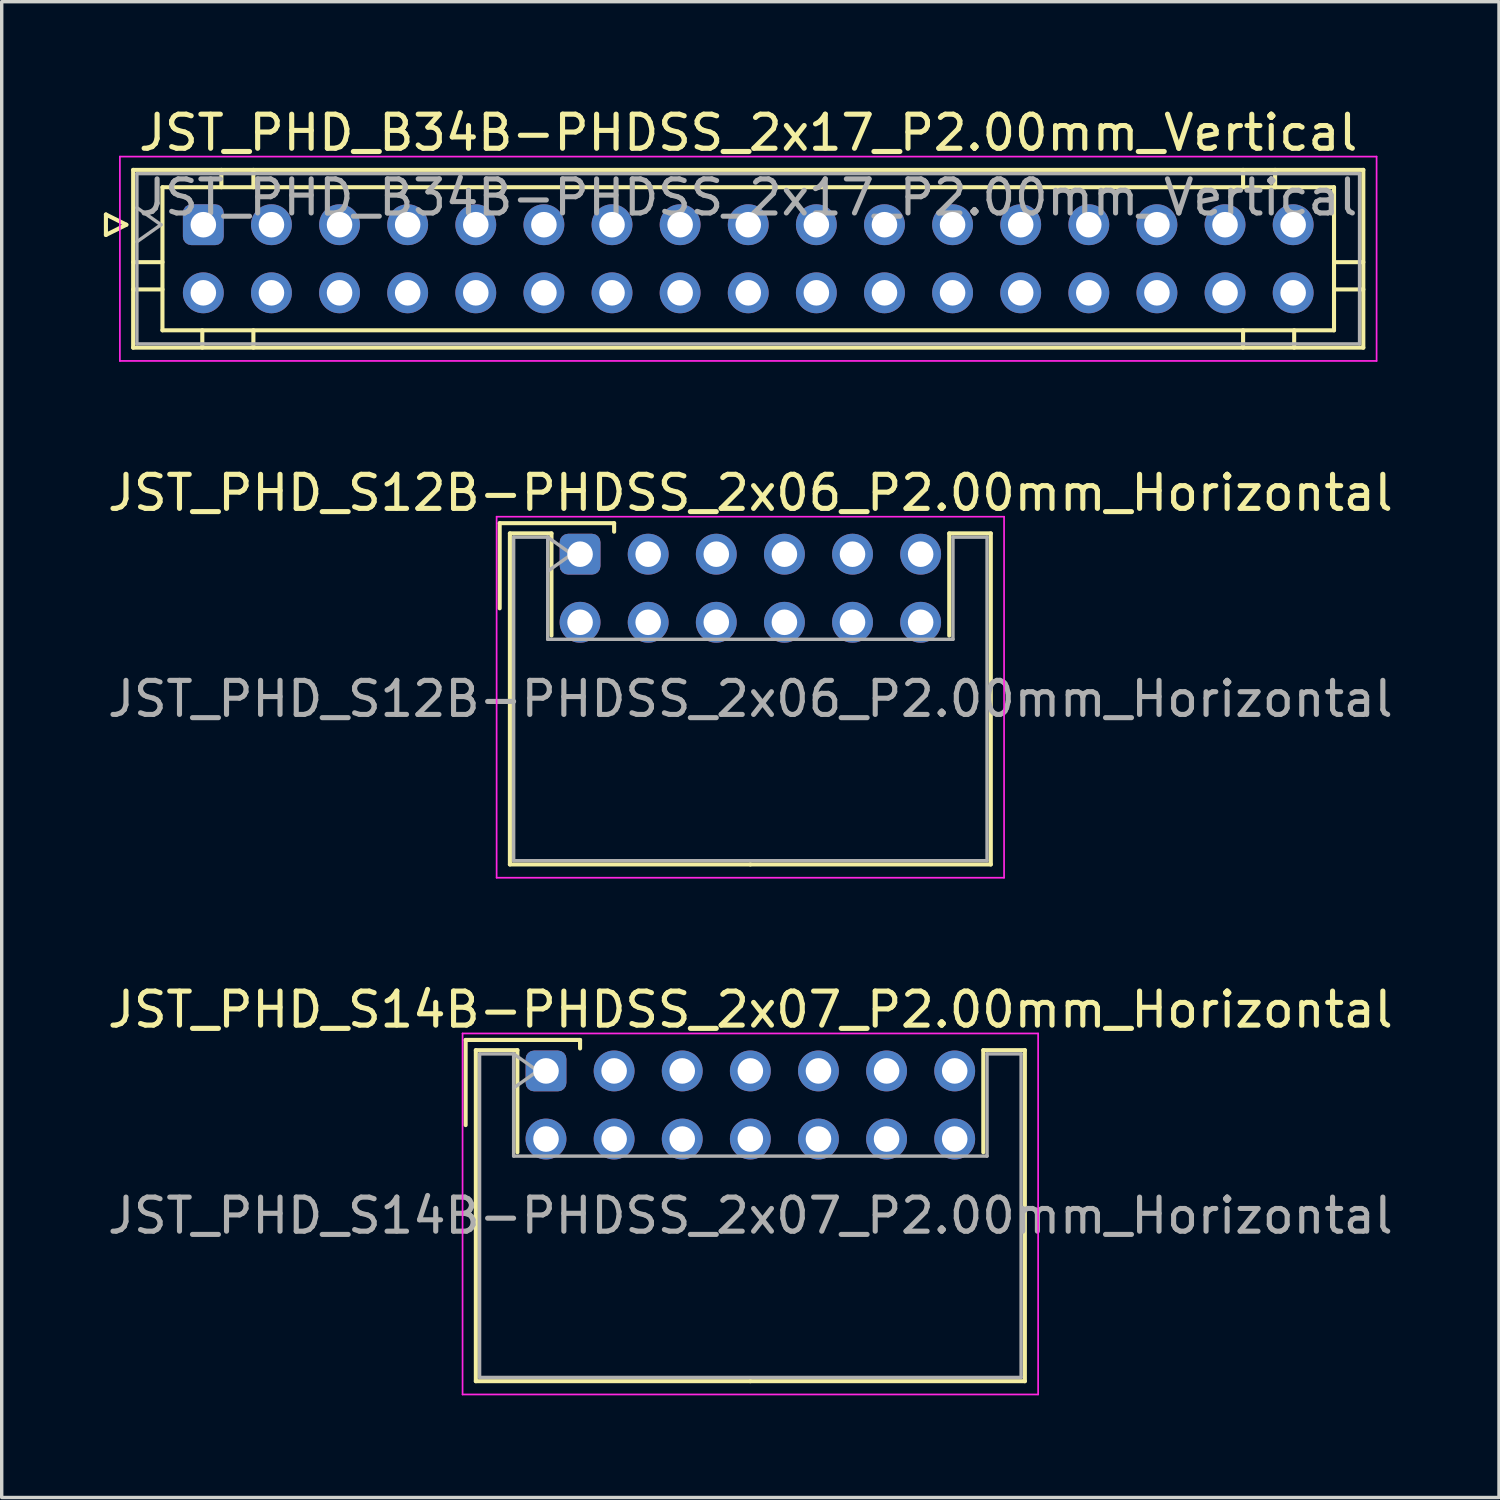
<source format=kicad_pcb>
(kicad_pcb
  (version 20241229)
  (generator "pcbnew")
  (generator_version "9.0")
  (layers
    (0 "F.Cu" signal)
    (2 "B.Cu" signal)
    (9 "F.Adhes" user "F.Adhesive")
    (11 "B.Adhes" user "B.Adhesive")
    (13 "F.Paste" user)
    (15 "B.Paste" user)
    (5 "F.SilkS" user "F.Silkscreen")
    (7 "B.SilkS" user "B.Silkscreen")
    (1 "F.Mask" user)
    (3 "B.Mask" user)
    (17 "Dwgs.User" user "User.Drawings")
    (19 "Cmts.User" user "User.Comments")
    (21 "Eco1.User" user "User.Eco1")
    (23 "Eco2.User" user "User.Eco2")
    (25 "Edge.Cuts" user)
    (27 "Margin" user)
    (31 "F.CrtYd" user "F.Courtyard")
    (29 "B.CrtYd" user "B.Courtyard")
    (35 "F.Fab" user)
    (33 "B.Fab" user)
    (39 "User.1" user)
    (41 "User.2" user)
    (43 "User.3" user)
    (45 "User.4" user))
  (footprint "JST_PHD_S12B-PHDSS_2x06_P2.00mm_Horizontal"
    (layer "F.Cu")
    (at 13.982 13.222)
    (property "Reference" "JST_PHD_S12B-PHDSS_2x06_P2.00mm_Horizontal" (at 5 -1.8 0) (layer "F.SilkS") (effects (font (size 1 1) (thickness 0.15))))
    (attr through_hole)
    (fp_line (start -2.36 -0.91) (end -2.36 1.59) (stroke (width 0.12) (type solid)) (layer "F.SilkS"))
    (fp_line (start -2.06 -0.61) (end -2.06 9.11) (stroke (width 0.12) (type solid)) (layer "F.SilkS"))
    (fp_line (start -2.06 9.11) (end 5 9.11) (stroke (width 0.12) (type solid)) (layer "F.SilkS"))
    (fp_line (start -0.84 -0.61) (end -2.06 -0.61) (stroke (width 0.12) (type solid)) (layer "F.SilkS"))
    (fp_line (start -0.84 2.39) (end -0.84 -0.61) (stroke (width 0.12) (type solid)) (layer "F.SilkS"))
    (fp_line (start 1 -0.91) (end -2.36 -0.91) (stroke (width 0.12) (type solid)) (layer "F.SilkS"))
    (fp_line (start 1 -0.66) (end 1 -0.91) (stroke (width 0.12) (type solid)) (layer "F.SilkS"))
    (fp_line (start 10.84 -0.61) (end 12.06 -0.61) (stroke (width 0.12) (type solid)) (layer "F.SilkS"))
    (fp_line (start 10.84 2.39) (end 10.84 -0.61) (stroke (width 0.12) (type solid)) (layer "F.SilkS"))
    (fp_line (start 12.06 -0.61) (end 12.06 9.11) (stroke (width 0.12) (type solid)) (layer "F.SilkS"))
    (fp_line (start 12.06 9.11) (end 5 9.11) (stroke (width 0.12) (type solid)) (layer "F.SilkS"))
    (fp_line (start -2.45 -1.1) (end -2.45 9.5) (stroke (width 0.05) (type solid)) (layer "F.CrtYd"))
    (fp_line (start -2.45 9.5) (end 12.45 9.5) (stroke (width 0.05) (type solid)) (layer "F.CrtYd"))
    (fp_line (start 12.45 -1.1) (end -2.45 -1.1) (stroke (width 0.05) (type solid)) (layer "F.CrtYd"))
    (fp_line (start 12.45 9.5) (end 12.45 -1.1) (stroke (width 0.05) (type solid)) (layer "F.CrtYd"))
    (fp_line (start -1.95 -0.5) (end -0.95 -0.5) (stroke (width 0.1) (type solid)) (layer "F.Fab"))
    (fp_line (start -1.95 9) (end -1.95 -0.5) (stroke (width 0.1) (type solid)) (layer "F.Fab"))
    (fp_line (start -0.95 -0.5) (end -0.95 2.5) (stroke (width 0.1) (type solid)) (layer "F.Fab"))
    (fp_line (start -0.95 -0.5) (end -0.243 0) (stroke (width 0.1) (type solid)) (layer "F.Fab"))
    (fp_line (start -0.95 2.5) (end 10.95 2.5) (stroke (width 0.1) (type solid)) (layer "F.Fab"))
    (fp_line (start -0.243 0) (end -0.95 0.5) (stroke (width 0.1) (type solid)) (layer "F.Fab"))
    (fp_line (start 10.95 -0.5) (end 11.95 -0.5) (stroke (width 0.1) (type solid)) (layer "F.Fab"))
    (fp_line (start 10.95 2.5) (end 10.95 -0.5) (stroke (width 0.1) (type solid)) (layer "F.Fab"))
    (fp_line (start 11.95 -0.5) (end 11.95 9) (stroke (width 0.1) (type solid)) (layer "F.Fab"))
    (fp_line (start 11.95 9) (end -1.95 9) (stroke (width 0.1) (type solid)) (layer "F.Fab"))
    (fp_text user "${REFERENCE}" (at 5 4.25 0) (layer "F.Fab") (effects (font (size 1 1) (thickness 0.15))))
    (pad "1" thru_hole roundrect (at 0 0) (size 1.2 1.2) (drill 0.75) (layers "*.Cu" "*.Mask") (roundrect_rratio 0.208))
    (pad "2" thru_hole circle (at 0 2) (size 1.2 1.2) (drill 0.75) (layers "*.Cu" "*.Mask"))
    (pad "3" thru_hole circle (at 2 0) (size 1.2 1.2) (drill 0.75) (layers "*.Cu" "*.Mask"))
    (pad "4" thru_hole circle (at 2 2) (size 1.2 1.2) (drill 0.75) (layers "*.Cu" "*.Mask"))
    (pad "5" thru_hole circle (at 4 0) (size 1.2 1.2) (drill 0.75) (layers "*.Cu" "*.Mask"))
    (pad "6" thru_hole circle (at 4 2) (size 1.2 1.2) (drill 0.75) (layers "*.Cu" "*.Mask"))
    (pad "7" thru_hole circle (at 6 0) (size 1.2 1.2) (drill 0.75) (layers "*.Cu" "*.Mask"))
    (pad "8" thru_hole circle (at 6 2) (size 1.2 1.2) (drill 0.75) (layers "*.Cu" "*.Mask"))
    (pad "9" thru_hole circle (at 8 0) (size 1.2 1.2) (drill 0.75) (layers "*.Cu" "*.Mask"))
    (pad "10" thru_hole circle (at 8 2) (size 1.2 1.2) (drill 0.75) (layers "*.Cu" "*.Mask"))
    (pad "11" thru_hole circle (at 10 0) (size 1.2 1.2) (drill 0.75) (layers "*.Cu" "*.Mask"))
    (pad "12" thru_hole circle (at 10 2) (size 1.2 1.2) (drill 0.75) (layers "*.Cu" "*.Mask")))
  (footprint "JST_PHD_S14B-PHDSS_2x07_P2.00mm_Horizontal"
    (layer "F.Cu")
    (at 12.982 28.395)
    (property "Reference" "JST_PHD_S14B-PHDSS_2x07_P2.00mm_Horizontal" (at 6 -1.8 0) (layer "F.SilkS") (effects (font (size 1 1) (thickness 0.15))))
    (attr through_hole)
    (fp_line (start -2.36 -0.91) (end -2.36 1.59) (stroke (width 0.12) (type solid)) (layer "F.SilkS"))
    (fp_line (start -2.06 -0.61) (end -2.06 9.11) (stroke (width 0.12) (type solid)) (layer "F.SilkS"))
    (fp_line (start -2.06 9.11) (end 6 9.11) (stroke (width 0.12) (type solid)) (layer "F.SilkS"))
    (fp_line (start -0.84 -0.61) (end -2.06 -0.61) (stroke (width 0.12) (type solid)) (layer "F.SilkS"))
    (fp_line (start -0.84 2.39) (end -0.84 -0.61) (stroke (width 0.12) (type solid)) (layer "F.SilkS"))
    (fp_line (start 1 -0.91) (end -2.36 -0.91) (stroke (width 0.12) (type solid)) (layer "F.SilkS"))
    (fp_line (start 1 -0.66) (end 1 -0.91) (stroke (width 0.12) (type solid)) (layer "F.SilkS"))
    (fp_line (start 12.84 -0.61) (end 14.06 -0.61) (stroke (width 0.12) (type solid)) (layer "F.SilkS"))
    (fp_line (start 12.84 2.39) (end 12.84 -0.61) (stroke (width 0.12) (type solid)) (layer "F.SilkS"))
    (fp_line (start 14.06 -0.61) (end 14.06 9.11) (stroke (width 0.12) (type solid)) (layer "F.SilkS"))
    (fp_line (start 14.06 9.11) (end 6 9.11) (stroke (width 0.12) (type solid)) (layer "F.SilkS"))
    (fp_line (start -2.45 -1.1) (end -2.45 9.5) (stroke (width 0.05) (type solid)) (layer "F.CrtYd"))
    (fp_line (start -2.45 9.5) (end 14.45 9.5) (stroke (width 0.05) (type solid)) (layer "F.CrtYd"))
    (fp_line (start 14.45 -1.1) (end -2.45 -1.1) (stroke (width 0.05) (type solid)) (layer "F.CrtYd"))
    (fp_line (start 14.45 9.5) (end 14.45 -1.1) (stroke (width 0.05) (type solid)) (layer "F.CrtYd"))
    (fp_line (start -1.95 -0.5) (end -0.95 -0.5) (stroke (width 0.1) (type solid)) (layer "F.Fab"))
    (fp_line (start -1.95 9) (end -1.95 -0.5) (stroke (width 0.1) (type solid)) (layer "F.Fab"))
    (fp_line (start -0.95 -0.5) (end -0.95 2.5) (stroke (width 0.1) (type solid)) (layer "F.Fab"))
    (fp_line (start -0.95 -0.5) (end -0.243 0) (stroke (width 0.1) (type solid)) (layer "F.Fab"))
    (fp_line (start -0.95 2.5) (end 12.95 2.5) (stroke (width 0.1) (type solid)) (layer "F.Fab"))
    (fp_line (start -0.243 0) (end -0.95 0.5) (stroke (width 0.1) (type solid)) (layer "F.Fab"))
    (fp_line (start 12.95 -0.5) (end 13.95 -0.5) (stroke (width 0.1) (type solid)) (layer "F.Fab"))
    (fp_line (start 12.95 2.5) (end 12.95 -0.5) (stroke (width 0.1) (type solid)) (layer "F.Fab"))
    (fp_line (start 13.95 -0.5) (end 13.95 9) (stroke (width 0.1) (type solid)) (layer "F.Fab"))
    (fp_line (start 13.95 9) (end -1.95 9) (stroke (width 0.1) (type solid)) (layer "F.Fab"))
    (fp_text user "${REFERENCE}" (at 6 4.25 0) (layer "F.Fab") (effects (font (size 1 1) (thickness 0.15))))
    (pad "1" thru_hole roundrect (at 0 0) (size 1.2 1.2) (drill 0.75) (layers "*.Cu" "*.Mask") (roundrect_rratio 0.208))
    (pad "2" thru_hole circle (at 0 2) (size 1.2 1.2) (drill 0.75) (layers "*.Cu" "*.Mask"))
    (pad "3" thru_hole circle (at 2 0) (size 1.2 1.2) (drill 0.75) (layers "*.Cu" "*.Mask"))
    (pad "4" thru_hole circle (at 2 2) (size 1.2 1.2) (drill 0.75) (layers "*.Cu" "*.Mask"))
    (pad "5" thru_hole circle (at 4 0) (size 1.2 1.2) (drill 0.75) (layers "*.Cu" "*.Mask"))
    (pad "6" thru_hole circle (at 4 2) (size 1.2 1.2) (drill 0.75) (layers "*.Cu" "*.Mask"))
    (pad "7" thru_hole circle (at 6 0) (size 1.2 1.2) (drill 0.75) (layers "*.Cu" "*.Mask"))
    (pad "8" thru_hole circle (at 6 2) (size 1.2 1.2) (drill 0.75) (layers "*.Cu" "*.Mask"))
    (pad "9" thru_hole circle (at 8 0) (size 1.2 1.2) (drill 0.75) (layers "*.Cu" "*.Mask"))
    (pad "10" thru_hole circle (at 8 2) (size 1.2 1.2) (drill 0.75) (layers "*.Cu" "*.Mask"))
    (pad "11" thru_hole circle (at 10 0) (size 1.2 1.2) (drill 0.75) (layers "*.Cu" "*.Mask"))
    (pad "12" thru_hole circle (at 10 2) (size 1.2 1.2) (drill 0.75) (layers "*.Cu" "*.Mask"))
    (pad "13" thru_hole circle (at 12 0) (size 1.2 1.2) (drill 0.75) (layers "*.Cu" "*.Mask"))
    (pad "14" thru_hole circle (at 12 2) (size 1.2 1.2) (drill 0.75) (layers "*.Cu" "*.Mask")))
  (footprint "JST_PHD_B34B-PHDSS_2x17_P2.00mm_Vertical"
    (layer "F.Cu")
    (at 2.92 3.548)
    (property "Reference" "JST_PHD_B34B-PHDSS_2x17_P2.00mm_Vertical" (at 16 -2.7 0) (layer "F.SilkS") (effects (font (size 1 1) (thickness 0.15))))
    (attr through_hole)
    (fp_line (start -2.86 -0.3) (end -2.26 0) (stroke (width 0.12) (type solid)) (layer "F.SilkS"))
    (fp_line (start -2.86 0.3) (end -2.86 -0.3) (stroke (width 0.12) (type solid)) (layer "F.SilkS"))
    (fp_line (start -2.26 0) (end -2.86 0.3) (stroke (width 0.12) (type solid)) (layer "F.SilkS"))
    (fp_line (start -2.06 -1.61) (end -2.06 3.61) (stroke (width 0.12) (type solid)) (layer "F.SilkS"))
    (fp_line (start -2.06 1.1) (end -1.2 1.1) (stroke (width 0.12) (type solid)) (layer "F.SilkS"))
    (fp_line (start -2.06 1.9) (end -1.2 1.9) (stroke (width 0.12) (type solid)) (layer "F.SilkS"))
    (fp_line (start -2.06 3.61) (end 34.06 3.61) (stroke (width 0.12) (type solid)) (layer "F.SilkS"))
    (fp_line (start -1.2 -1.1) (end -1.2 3.1) (stroke (width 0.12) (type solid)) (layer "F.SilkS"))
    (fp_line (start -1.2 3.1) (end 33.2 3.1) (stroke (width 0.12) (type solid)) (layer "F.SilkS"))
    (fp_line (start -0.03 3.61) (end -0.03 3.1) (stroke (width 0.12) (type solid)) (layer "F.SilkS"))
    (fp_line (start 0.53 -1.61) (end 0.53 -1.1) (stroke (width 0.12) (type solid)) (layer "F.SilkS"))
    (fp_line (start 1.47 -1.61) (end 1.47 -1.1) (stroke (width 0.12) (type solid)) (layer "F.SilkS"))
    (fp_line (start 1.47 3.61) (end 1.47 3.1) (stroke (width 0.12) (type solid)) (layer "F.SilkS"))
    (fp_line (start 30.53 -1.61) (end 30.53 -1.1) (stroke (width 0.12) (type solid)) (layer "F.SilkS"))
    (fp_line (start 30.53 3.61) (end 30.53 3.1) (stroke (width 0.12) (type solid)) (layer "F.SilkS"))
    (fp_line (start 31.47 -1.61) (end 31.47 -1.1) (stroke (width 0.12) (type solid)) (layer "F.SilkS"))
    (fp_line (start 32.03 3.61) (end 32.03 3.1) (stroke (width 0.12) (type solid)) (layer "F.SilkS"))
    (fp_line (start 33.2 -1.1) (end -1.2 -1.1) (stroke (width 0.12) (type solid)) (layer "F.SilkS"))
    (fp_line (start 33.2 3.1) (end 33.2 -1.1) (stroke (width 0.12) (type solid)) (layer "F.SilkS"))
    (fp_line (start 34.06 -1.61) (end -2.06 -1.61) (stroke (width 0.12) (type solid)) (layer "F.SilkS"))
    (fp_line (start 34.06 1.1) (end 33.2 1.1) (stroke (width 0.12) (type solid)) (layer "F.SilkS"))
    (fp_line (start 34.06 1.9) (end 33.2 1.9) (stroke (width 0.12) (type solid)) (layer "F.SilkS"))
    (fp_line (start 34.06 3.61) (end 34.06 -1.61) (stroke (width 0.12) (type solid)) (layer "F.SilkS"))
    (fp_line (start -2.45 -2) (end -2.45 4) (stroke (width 0.05) (type solid)) (layer "F.CrtYd"))
    (fp_line (start -2.45 4) (end 34.45 4) (stroke (width 0.05) (type solid)) (layer "F.CrtYd"))
    (fp_line (start 34.45 -2) (end -2.45 -2) (stroke (width 0.05) (type solid)) (layer "F.CrtYd"))
    (fp_line (start 34.45 4) (end 34.45 -2) (stroke (width 0.05) (type solid)) (layer "F.CrtYd"))
    (fp_line (start -1.95 -1.5) (end -1.95 3.5) (stroke (width 0.1) (type solid)) (layer "F.Fab"))
    (fp_line (start -1.95 0.5) (end -1.243 0) (stroke (width 0.1) (type solid)) (layer "F.Fab"))
    (fp_line (start -1.95 3.5) (end 33.95 3.5) (stroke (width 0.1) (type solid)) (layer "F.Fab"))
    (fp_line (start -1.243 0) (end -1.95 -0.5) (stroke (width 0.1) (type solid)) (layer "F.Fab"))
    (fp_line (start 33.95 -1.5) (end -1.95 -1.5) (stroke (width 0.1) (type solid)) (layer "F.Fab"))
    (fp_line (start 33.95 3.5) (end 33.95 -1.5) (stroke (width 0.1) (type solid)) (layer "F.Fab"))
    (fp_text user "${REFERENCE}" (at 16 -0.8 0) (layer "F.Fab") (effects (font (size 1 1) (thickness 0.15))))
    (pad "1" thru_hole roundrect (at 0 0) (size 1.2 1.2) (drill 0.75) (layers "*.Cu" "*.Mask") (roundrect_rratio 0.208))
    (pad "2" thru_hole circle (at 0 2) (size 1.2 1.2) (drill 0.75) (layers "*.Cu" "*.Mask"))
    (pad "3" thru_hole circle (at 2 0) (size 1.2 1.2) (drill 0.75) (layers "*.Cu" "*.Mask"))
    (pad "4" thru_hole circle (at 2 2) (size 1.2 1.2) (drill 0.75) (layers "*.Cu" "*.Mask"))
    (pad "5" thru_hole circle (at 4 0) (size 1.2 1.2) (drill 0.75) (layers "*.Cu" "*.Mask"))
    (pad "6" thru_hole circle (at 4 2) (size 1.2 1.2) (drill 0.75) (layers "*.Cu" "*.Mask"))
    (pad "7" thru_hole circle (at 6 0) (size 1.2 1.2) (drill 0.75) (layers "*.Cu" "*.Mask"))
    (pad "8" thru_hole circle (at 6 2) (size 1.2 1.2) (drill 0.75) (layers "*.Cu" "*.Mask"))
    (pad "9" thru_hole circle (at 8 0) (size 1.2 1.2) (drill 0.75) (layers "*.Cu" "*.Mask"))
    (pad "10" thru_hole circle (at 8 2) (size 1.2 1.2) (drill 0.75) (layers "*.Cu" "*.Mask"))
    (pad "11" thru_hole circle (at 10 0) (size 1.2 1.2) (drill 0.75) (layers "*.Cu" "*.Mask"))
    (pad "12" thru_hole circle (at 10 2) (size 1.2 1.2) (drill 0.75) (layers "*.Cu" "*.Mask"))
    (pad "13" thru_hole circle (at 12 0) (size 1.2 1.2) (drill 0.75) (layers "*.Cu" "*.Mask"))
    (pad "14" thru_hole circle (at 12 2) (size 1.2 1.2) (drill 0.75) (layers "*.Cu" "*.Mask"))
    (pad "15" thru_hole circle (at 14 0) (size 1.2 1.2) (drill 0.75) (layers "*.Cu" "*.Mask"))
    (pad "16" thru_hole circle (at 14 2) (size 1.2 1.2) (drill 0.75) (layers "*.Cu" "*.Mask"))
    (pad "17" thru_hole circle (at 16 0) (size 1.2 1.2) (drill 0.75) (layers "*.Cu" "*.Mask"))
    (pad "18" thru_hole circle (at 16 2) (size 1.2 1.2) (drill 0.75) (layers "*.Cu" "*.Mask"))
    (pad "19" thru_hole circle (at 18 0) (size 1.2 1.2) (drill 0.75) (layers "*.Cu" "*.Mask"))
    (pad "20" thru_hole circle (at 18 2) (size 1.2 1.2) (drill 0.75) (layers "*.Cu" "*.Mask"))
    (pad "21" thru_hole circle (at 20 0) (size 1.2 1.2) (drill 0.75) (layers "*.Cu" "*.Mask"))
    (pad "22" thru_hole circle (at 20 2) (size 1.2 1.2) (drill 0.75) (layers "*.Cu" "*.Mask"))
    (pad "23" thru_hole circle (at 22 0) (size 1.2 1.2) (drill 0.75) (layers "*.Cu" "*.Mask"))
    (pad "24" thru_hole circle (at 22 2) (size 1.2 1.2) (drill 0.75) (layers "*.Cu" "*.Mask"))
    (pad "25" thru_hole circle (at 24 0) (size 1.2 1.2) (drill 0.75) (layers "*.Cu" "*.Mask"))
    (pad "26" thru_hole circle (at 24 2) (size 1.2 1.2) (drill 0.75) (layers "*.Cu" "*.Mask"))
    (pad "27" thru_hole circle (at 26 0) (size 1.2 1.2) (drill 0.75) (layers "*.Cu" "*.Mask"))
    (pad "28" thru_hole circle (at 26 2) (size 1.2 1.2) (drill 0.75) (layers "*.Cu" "*.Mask"))
    (pad "29" thru_hole circle (at 28 0) (size 1.2 1.2) (drill 0.75) (layers "*.Cu" "*.Mask"))
    (pad "30" thru_hole circle (at 28 2) (size 1.2 1.2) (drill 0.75) (layers "*.Cu" "*.Mask"))
    (pad "31" thru_hole circle (at 30 0) (size 1.2 1.2) (drill 0.75) (layers "*.Cu" "*.Mask"))
    (pad "32" thru_hole circle (at 30 2) (size 1.2 1.2) (drill 0.75) (layers "*.Cu" "*.Mask"))
    (pad "33" thru_hole circle (at 32 0) (size 1.2 1.2) (drill 0.75) (layers "*.Cu" "*.Mask"))
    (pad "34" thru_hole circle (at 32 2) (size 1.2 1.2) (drill 0.75) (layers "*.Cu" "*.Mask")))
  (gr_rect
    (start -3 -3)
    (end 40.964 40.92)
    (stroke (width 0.1) (type default))
    (fill no)
    (layer "Edge.Cuts")))
</source>
